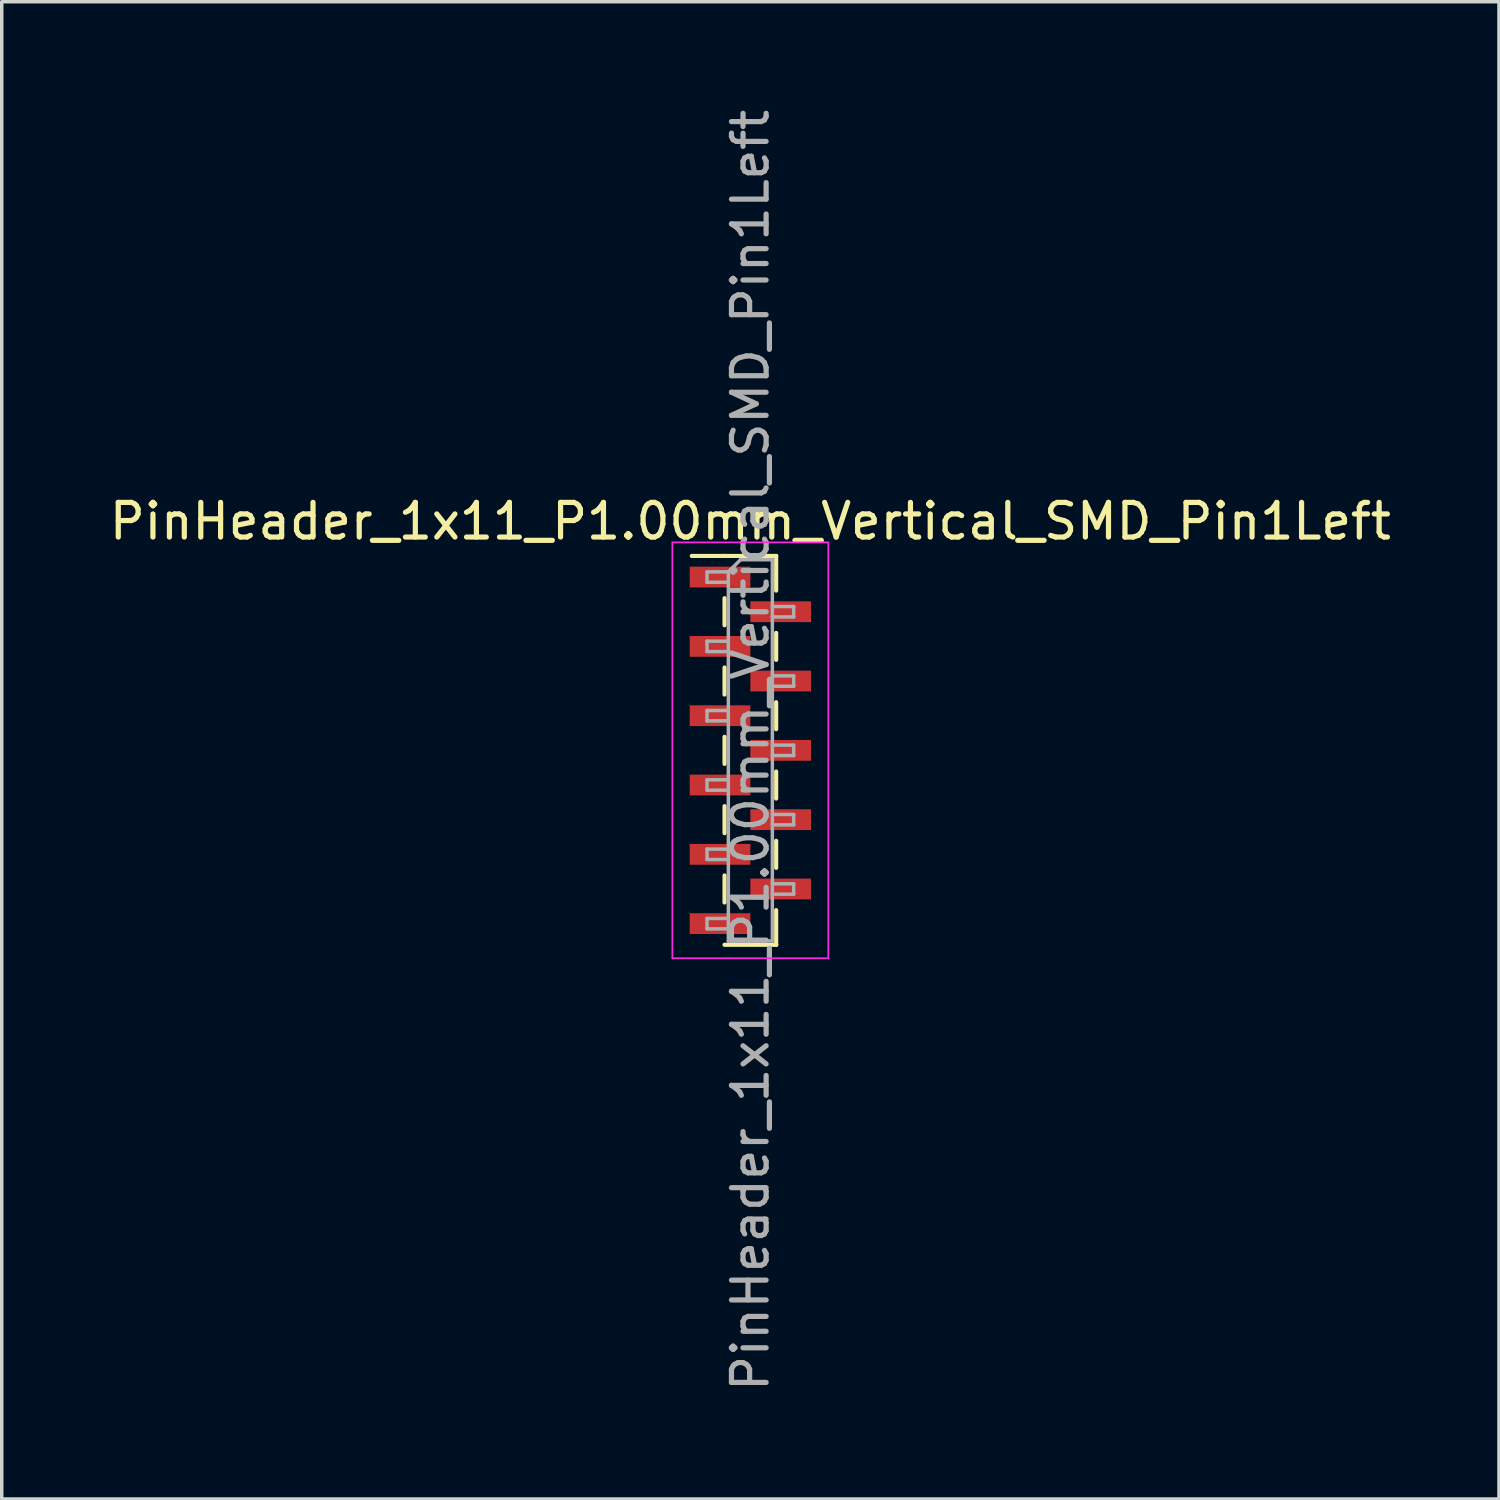
<source format=kicad_pcb>
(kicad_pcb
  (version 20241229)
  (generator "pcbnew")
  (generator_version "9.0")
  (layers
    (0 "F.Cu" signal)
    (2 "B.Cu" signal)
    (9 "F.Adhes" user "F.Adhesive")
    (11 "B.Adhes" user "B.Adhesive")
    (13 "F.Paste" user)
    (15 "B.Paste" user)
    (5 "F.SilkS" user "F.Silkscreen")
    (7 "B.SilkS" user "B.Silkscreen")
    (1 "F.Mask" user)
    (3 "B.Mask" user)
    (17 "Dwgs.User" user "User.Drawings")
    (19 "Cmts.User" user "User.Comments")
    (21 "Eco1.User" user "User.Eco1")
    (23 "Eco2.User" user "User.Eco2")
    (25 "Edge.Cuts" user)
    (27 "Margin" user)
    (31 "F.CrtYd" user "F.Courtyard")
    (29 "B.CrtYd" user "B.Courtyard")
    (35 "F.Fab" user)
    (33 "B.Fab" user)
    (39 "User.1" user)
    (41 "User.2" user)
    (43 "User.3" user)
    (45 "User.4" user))
  (footprint "PinHeader_1x11_P1.00mm_Vertical_SMD_Pin1Left"
    (layer "F.Cu")
    (at 18.601 18.601)
    (property "Reference" "PinHeader_1x11_P1.00mm_Vertical_SMD_Pin1Left" (at 0 -6.61 0) (layer "F.SilkS") (effects (font (size 1 1) (thickness 0.15))))
    (attr smd)
    (fp_line (start -0.745 -5.61) (end -1.69 -5.61) (stroke (width 0.12) (type solid)) (layer "F.SilkS"))
    (fp_line (start -0.745 -5.61) (end -0.745 -5.61) (stroke (width 0.12) (type solid)) (layer "F.SilkS"))
    (fp_line (start -0.745 -5.61) (end 0.745 -5.61) (stroke (width 0.12) (type solid)) (layer "F.SilkS"))
    (fp_line (start -0.745 -4.39) (end -0.745 -3.61) (stroke (width 0.12) (type solid)) (layer "F.SilkS"))
    (fp_line (start -0.745 -2.39) (end -0.745 -1.61) (stroke (width 0.12) (type solid)) (layer "F.SilkS"))
    (fp_line (start -0.745 -0.39) (end -0.745 0.39) (stroke (width 0.12) (type solid)) (layer "F.SilkS"))
    (fp_line (start -0.745 1.61) (end -0.745 2.39) (stroke (width 0.12) (type solid)) (layer "F.SilkS"))
    (fp_line (start -0.745 3.61) (end -0.745 4.39) (stroke (width 0.12) (type solid)) (layer "F.SilkS"))
    (fp_line (start -0.745 5.61) (end 0.745 5.61) (stroke (width 0.12) (type solid)) (layer "F.SilkS"))
    (fp_line (start 0.745 -5.61) (end 0.745 -4.61) (stroke (width 0.12) (type solid)) (layer "F.SilkS"))
    (fp_line (start 0.745 -3.39) (end 0.745 -2.61) (stroke (width 0.12) (type solid)) (layer "F.SilkS"))
    (fp_line (start 0.745 -1.39) (end 0.745 -0.61) (stroke (width 0.12) (type solid)) (layer "F.SilkS"))
    (fp_line (start 0.745 0.61) (end 0.745 1.39) (stroke (width 0.12) (type solid)) (layer "F.SilkS"))
    (fp_line (start 0.745 2.61) (end 0.745 3.39) (stroke (width 0.12) (type solid)) (layer "F.SilkS"))
    (fp_line (start 0.745 4.61) (end 0.745 5.61) (stroke (width 0.12) (type solid)) (layer "F.SilkS"))
    (fp_line (start 0.745 5.61) (end 0.745 5.61) (stroke (width 0.12) (type solid)) (layer "F.SilkS"))
    (fp_line (start -2.25 -6) (end -2.25 6) (stroke (width 0.05) (type solid)) (layer "F.CrtYd"))
    (fp_line (start -2.25 6) (end 2.25 6) (stroke (width 0.05) (type solid)) (layer "F.CrtYd"))
    (fp_line (start 2.25 -6) (end -2.25 -6) (stroke (width 0.05) (type solid)) (layer "F.CrtYd"))
    (fp_line (start 2.25 6) (end 2.25 -6) (stroke (width 0.05) (type solid)) (layer "F.CrtYd"))
    (fp_line (start -1.25 -5.15) (end -1.25 -4.85) (stroke (width 0.1) (type solid)) (layer "F.Fab"))
    (fp_line (start -1.25 -4.85) (end -0.635 -4.85) (stroke (width 0.1) (type solid)) (layer "F.Fab"))
    (fp_line (start -1.25 -3.15) (end -1.25 -2.85) (stroke (width 0.1) (type solid)) (layer "F.Fab"))
    (fp_line (start -1.25 -2.85) (end -0.635 -2.85) (stroke (width 0.1) (type solid)) (layer "F.Fab"))
    (fp_line (start -1.25 -1.15) (end -1.25 -0.85) (stroke (width 0.1) (type solid)) (layer "F.Fab"))
    (fp_line (start -1.25 -0.85) (end -0.635 -0.85) (stroke (width 0.1) (type solid)) (layer "F.Fab"))
    (fp_line (start -1.25 0.85) (end -1.25 1.15) (stroke (width 0.1) (type solid)) (layer "F.Fab"))
    (fp_line (start -1.25 1.15) (end -0.635 1.15) (stroke (width 0.1) (type solid)) (layer "F.Fab"))
    (fp_line (start -1.25 2.85) (end -1.25 3.15) (stroke (width 0.1) (type solid)) (layer "F.Fab"))
    (fp_line (start -1.25 3.15) (end -0.635 3.15) (stroke (width 0.1) (type solid)) (layer "F.Fab"))
    (fp_line (start -1.25 4.85) (end -1.25 5.15) (stroke (width 0.1) (type solid)) (layer "F.Fab"))
    (fp_line (start -1.25 5.15) (end -0.635 5.15) (stroke (width 0.1) (type solid)) (layer "F.Fab"))
    (fp_line (start -0.635 -5.15) (end -1.25 -5.15) (stroke (width 0.1) (type solid)) (layer "F.Fab"))
    (fp_line (start -0.635 -5.15) (end -0.285 -5.5) (stroke (width 0.1) (type solid)) (layer "F.Fab"))
    (fp_line (start -0.635 -3.15) (end -1.25 -3.15) (stroke (width 0.1) (type solid)) (layer "F.Fab"))
    (fp_line (start -0.635 -1.15) (end -1.25 -1.15) (stroke (width 0.1) (type solid)) (layer "F.Fab"))
    (fp_line (start -0.635 0.85) (end -1.25 0.85) (stroke (width 0.1) (type solid)) (layer "F.Fab"))
    (fp_line (start -0.635 2.85) (end -1.25 2.85) (stroke (width 0.1) (type solid)) (layer "F.Fab"))
    (fp_line (start -0.635 4.85) (end -1.25 4.85) (stroke (width 0.1) (type solid)) (layer "F.Fab"))
    (fp_line (start -0.635 5.5) (end -0.635 -5.15) (stroke (width 0.1) (type solid)) (layer "F.Fab"))
    (fp_line (start -0.285 -5.5) (end 0.635 -5.5) (stroke (width 0.1) (type solid)) (layer "F.Fab"))
    (fp_line (start 0.635 -5.5) (end 0.635 5.5) (stroke (width 0.1) (type solid)) (layer "F.Fab"))
    (fp_line (start 0.635 -4.15) (end 1.25 -4.15) (stroke (width 0.1) (type solid)) (layer "F.Fab"))
    (fp_line (start 0.635 -2.15) (end 1.25 -2.15) (stroke (width 0.1) (type solid)) (layer "F.Fab"))
    (fp_line (start 0.635 -0.15) (end 1.25 -0.15) (stroke (width 0.1) (type solid)) (layer "F.Fab"))
    (fp_line (start 0.635 1.85) (end 1.25 1.85) (stroke (width 0.1) (type solid)) (layer "F.Fab"))
    (fp_line (start 0.635 3.85) (end 1.25 3.85) (stroke (width 0.1) (type solid)) (layer "F.Fab"))
    (fp_line (start 0.635 5.5) (end -0.635 5.5) (stroke (width 0.1) (type solid)) (layer "F.Fab"))
    (fp_line (start 1.25 -4.15) (end 1.25 -3.85) (stroke (width 0.1) (type solid)) (layer "F.Fab"))
    (fp_line (start 1.25 -3.85) (end 0.635 -3.85) (stroke (width 0.1) (type solid)) (layer "F.Fab"))
    (fp_line (start 1.25 -2.15) (end 1.25 -1.85) (stroke (width 0.1) (type solid)) (layer "F.Fab"))
    (fp_line (start 1.25 -1.85) (end 0.635 -1.85) (stroke (width 0.1) (type solid)) (layer "F.Fab"))
    (fp_line (start 1.25 -0.15) (end 1.25 0.15) (stroke (width 0.1) (type solid)) (layer "F.Fab"))
    (fp_line (start 1.25 0.15) (end 0.635 0.15) (stroke (width 0.1) (type solid)) (layer "F.Fab"))
    (fp_line (start 1.25 1.85) (end 1.25 2.15) (stroke (width 0.1) (type solid)) (layer "F.Fab"))
    (fp_line (start 1.25 2.15) (end 0.635 2.15) (stroke (width 0.1) (type solid)) (layer "F.Fab"))
    (fp_line (start 1.25 3.85) (end 1.25 4.15) (stroke (width 0.1) (type solid)) (layer "F.Fab"))
    (fp_line (start 1.25 4.15) (end 0.635 4.15) (stroke (width 0.1) (type solid)) (layer "F.Fab"))
    (fp_text user "${REFERENCE}" (at 0 0 90) (layer "F.Fab") (effects (font (size 1 1) (thickness 0.15))))
    (pad "1" smd rect (at -0.875 -5) (size 1.75 0.6) (layers "F.Cu" "F.Mask" "F.Paste"))
    (pad "2" smd rect (at 0.875 -4) (size 1.75 0.6) (layers "F.Cu" "F.Mask" "F.Paste"))
    (pad "3" smd rect (at -0.875 -3) (size 1.75 0.6) (layers "F.Cu" "F.Mask" "F.Paste"))
    (pad "4" smd rect (at 0.875 -2) (size 1.75 0.6) (layers "F.Cu" "F.Mask" "F.Paste"))
    (pad "5" smd rect (at -0.875 -1) (size 1.75 0.6) (layers "F.Cu" "F.Mask" "F.Paste"))
    (pad "6" smd rect (at 0.875 0) (size 1.75 0.6) (layers "F.Cu" "F.Mask" "F.Paste"))
    (pad "7" smd rect (at -0.875 1) (size 1.75 0.6) (layers "F.Cu" "F.Mask" "F.Paste"))
    (pad "8" smd rect (at 0.875 2) (size 1.75 0.6) (layers "F.Cu" "F.Mask" "F.Paste"))
    (pad "9" smd rect (at -0.875 3) (size 1.75 0.6) (layers "F.Cu" "F.Mask" "F.Paste"))
    (pad "10" smd rect (at 0.875 4) (size 1.75 0.6) (layers "F.Cu" "F.Mask" "F.Paste"))
    (pad "11" smd rect (at -0.875 5) (size 1.75 0.6) (layers "F.Cu" "F.Mask" "F.Paste")))
  (gr_rect
    (start -3 -3)
    (end 40.202 40.202)
    (stroke (width 0.1) (type default))
    (fill no)
    (layer "Edge.Cuts")))
</source>
